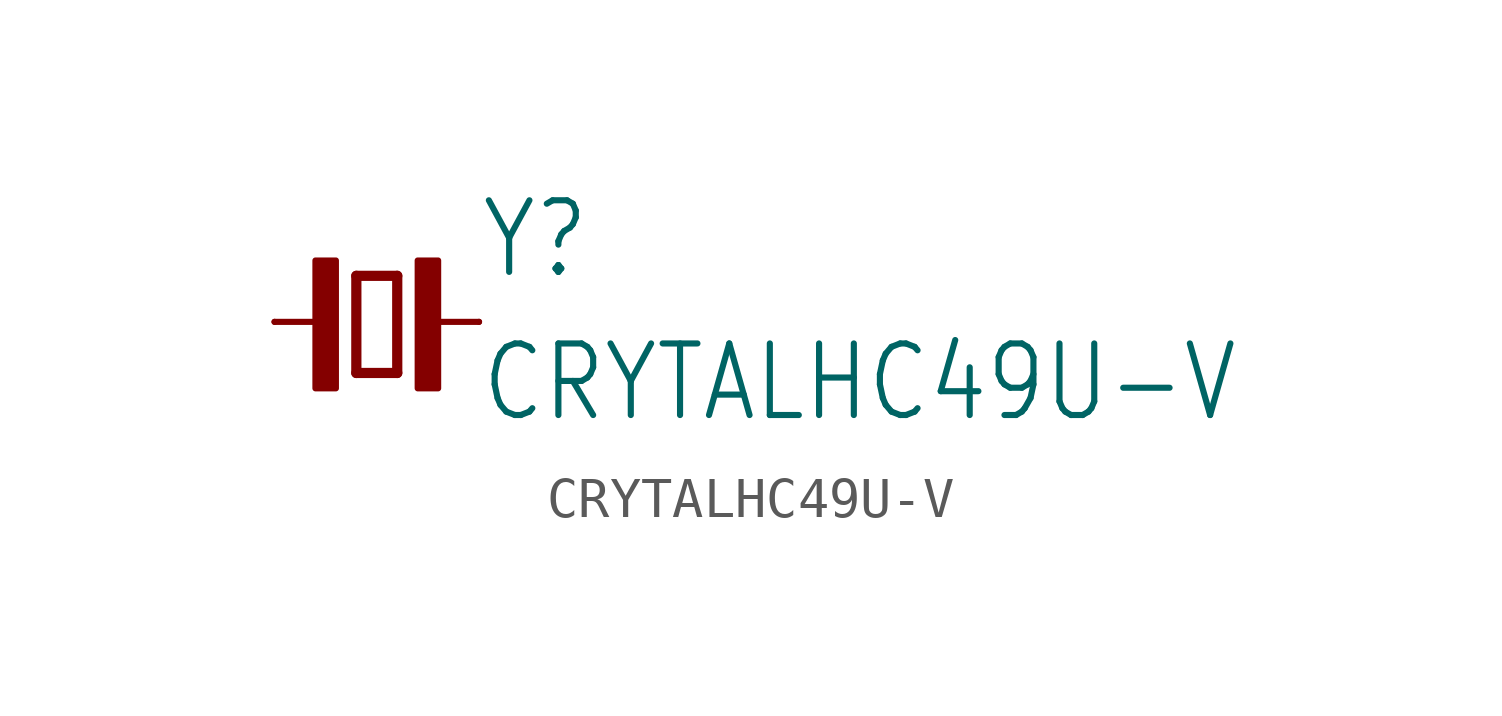
<source format=kicad_sym>
(kicad_symbol_lib
  (version 20211014)
  (generator kicad_symbol_editor)
  (symbol "CRYTALHC49U-V"
    (property "Reference" "Y"
      (at 2.54 1.016 0)
      (effects (font (size 1.778 1.511)) (justify left bottom)))
    (property "Value" "CRYTALHC49U-V"
      (at 2.54 -2.54 0)
      (effects (font (size 1.778 1.511)) (justify left bottom)))
    (property "ki_locked" ""
      (at 0 0 0)
      (effects (font (size 1.27 1.27))))
    (symbol "CRYTALHC49U-V_1_0"
      (rectangle (start -1.524 -1.651) (end -1.016 1.524) (stroke (width 0) (type default) (color 0 0 0 0)) (fill (type outline)))
      (polyline (pts (xy -2.54 0) (xy -1.143 0)) (stroke (width 0.152) (type default) (color 0 0 0 0)) (fill (type none)))
      (polyline (pts (xy -0.508 -1.27) (xy 0.508 -1.27)) (stroke (width 0.254) (type default) (color 0 0 0 0)) (fill (type none)))
      (polyline (pts (xy -0.508 1.143) (xy -0.508 -1.27)) (stroke (width 0.254) (type default) (color 0 0 0 0)) (fill (type none)))
      (polyline (pts (xy 0.508 -1.27) (xy 0.508 1.143)) (stroke (width 0.254) (type default) (color 0 0 0 0)) (fill (type none)))
      (polyline (pts (xy 0.508 1.143) (xy -0.508 1.143)) (stroke (width 0.254) (type default) (color 0 0 0 0)) (fill (type none)))
      (polyline (pts (xy 1.143 0) (xy 2.54 0)) (stroke (width 0.152) (type default) (color 0 0 0 0)) (fill (type none)))
      (rectangle (start 1.016 -1.651) (end 1.524 1.524) (stroke (width 0) (type default) (color 0 0 0 0)) (fill (type outline)))
      (pin passive line (at -2.54 0 0) (length 0) (name "1" (effects (font (size 0 0)))) (number "1" (effects (font (size 0 0)))))
      (pin passive line (at 2.54 0 180) (length 0) (name "2" (effects (font (size 0 0)))) (number "2" (effects (font (size 0 0))))))))
</source>
